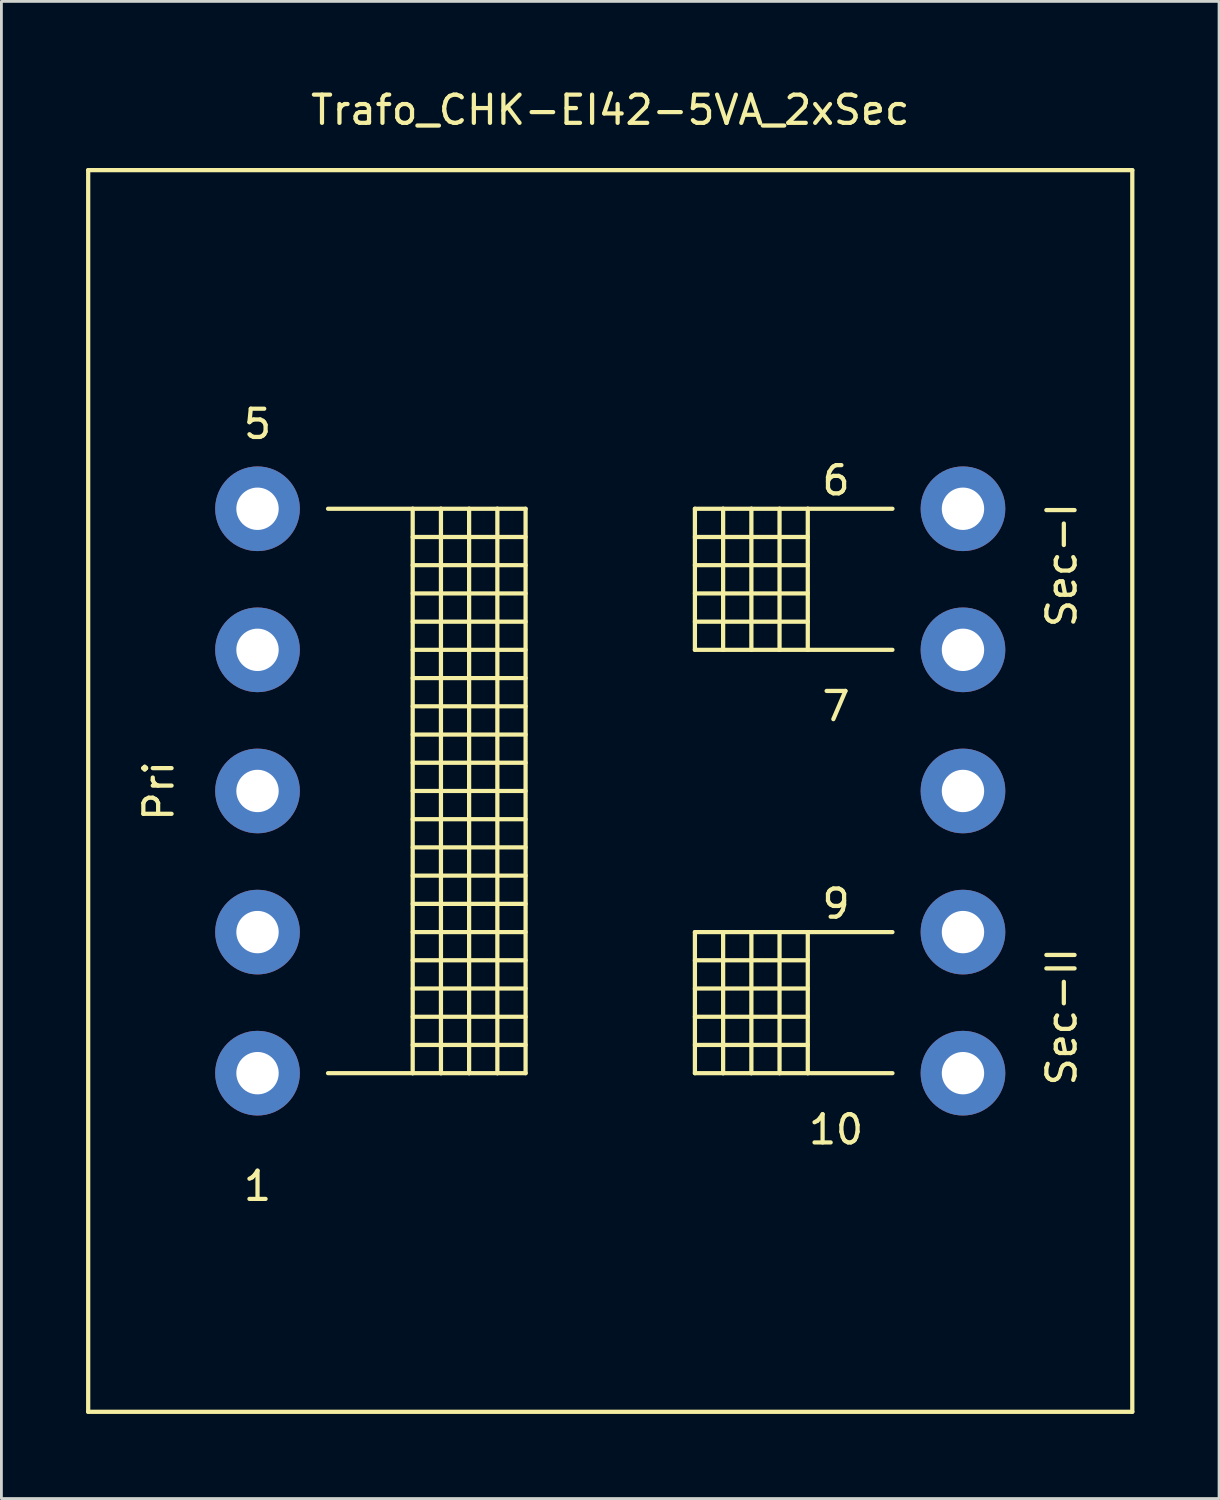
<source format=kicad_pcb>
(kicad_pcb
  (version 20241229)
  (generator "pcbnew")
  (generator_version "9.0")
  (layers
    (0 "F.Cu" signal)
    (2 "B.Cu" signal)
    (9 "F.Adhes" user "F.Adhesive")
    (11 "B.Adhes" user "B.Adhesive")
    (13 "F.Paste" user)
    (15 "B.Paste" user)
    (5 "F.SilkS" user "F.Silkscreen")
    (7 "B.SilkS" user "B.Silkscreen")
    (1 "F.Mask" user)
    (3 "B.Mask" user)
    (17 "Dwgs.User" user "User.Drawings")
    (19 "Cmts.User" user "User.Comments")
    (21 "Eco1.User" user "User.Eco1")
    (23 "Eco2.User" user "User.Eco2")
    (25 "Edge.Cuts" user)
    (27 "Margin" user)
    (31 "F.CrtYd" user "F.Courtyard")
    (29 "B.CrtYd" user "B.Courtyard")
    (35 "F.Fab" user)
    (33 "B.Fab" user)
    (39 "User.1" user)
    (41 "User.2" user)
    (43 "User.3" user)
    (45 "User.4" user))
  (footprint "Trafo_CHK-EI42-5VA_2xSec"
    (layer "F.Cu")
    (at 18.574 24.978)
    (property "Reference" "Trafo_CHK-EI42-5VA_2xSec" (at 0 -24.13 0) (layer "F.SilkS") (effects (font (size 1 1) (thickness 0.15))))
    (attr through_hole)
    (fp_line (start -18.499 -21.999) (end -18.499 21.999) (stroke (width 0.15) (type solid)) (layer "F.SilkS"))
    (fp_line (start -18.499 21.999) (end 18.499 21.999) (stroke (width 0.15) (type solid)) (layer "F.SilkS"))
    (fp_line (start -10 -10) (end -7 -10) (stroke (width 0.15) (type solid)) (layer "F.SilkS"))
    (fp_line (start -7 -10) (end -7 10) (stroke (width 0.15) (type solid)) (layer "F.SilkS"))
    (fp_line (start -7 -10) (end -5.999 -10) (stroke (width 0.15) (type solid)) (layer "F.SilkS"))
    (fp_line (start -7 -8.999) (end -3 -8.999) (stroke (width 0.15) (type solid)) (layer "F.SilkS"))
    (fp_line (start -7 -8.001) (end -3 -8.001) (stroke (width 0.15) (type solid)) (layer "F.SilkS"))
    (fp_line (start -7 -7) (end -3 -7) (stroke (width 0.15) (type solid)) (layer "F.SilkS"))
    (fp_line (start -7 -5.999) (end -3 -5.999) (stroke (width 0.15) (type solid)) (layer "F.SilkS"))
    (fp_line (start -7 -5.001) (end -3 -5.001) (stroke (width 0.15) (type solid)) (layer "F.SilkS"))
    (fp_line (start -7 -4) (end -3 -4) (stroke (width 0.15) (type solid)) (layer "F.SilkS"))
    (fp_line (start -7 -3) (end -3 -3) (stroke (width 0.15) (type solid)) (layer "F.SilkS"))
    (fp_line (start -7 -1.999) (end -3 -1.999) (stroke (width 0.15) (type solid)) (layer "F.SilkS"))
    (fp_line (start -7 -1.001) (end -3 -1.001) (stroke (width 0.15) (type solid)) (layer "F.SilkS"))
    (fp_line (start -7 0) (end -3 0) (stroke (width 0.15) (type solid)) (layer "F.SilkS"))
    (fp_line (start -7 1.001) (end -3 1.001) (stroke (width 0.15) (type solid)) (layer "F.SilkS"))
    (fp_line (start -7 1.999) (end -3 1.999) (stroke (width 0.15) (type solid)) (layer "F.SilkS"))
    (fp_line (start -7 3) (end -3 3) (stroke (width 0.15) (type solid)) (layer "F.SilkS"))
    (fp_line (start -7 4) (end -3 4) (stroke (width 0.15) (type solid)) (layer "F.SilkS"))
    (fp_line (start -7 5.001) (end -3 5.001) (stroke (width 0.15) (type solid)) (layer "F.SilkS"))
    (fp_line (start -7 5.999) (end -3 5.999) (stroke (width 0.15) (type solid)) (layer "F.SilkS"))
    (fp_line (start -7 7) (end -3 7) (stroke (width 0.15) (type solid)) (layer "F.SilkS"))
    (fp_line (start -7 8.001) (end -3 8.001) (stroke (width 0.15) (type solid)) (layer "F.SilkS"))
    (fp_line (start -7 8.999) (end -3 8.999) (stroke (width 0.15) (type solid)) (layer "F.SilkS"))
    (fp_line (start -7 10) (end -10 10) (stroke (width 0.15) (type solid)) (layer "F.SilkS"))
    (fp_line (start -5.999 -10) (end -5.999 10) (stroke (width 0.15) (type solid)) (layer "F.SilkS"))
    (fp_line (start -5.999 -10) (end -5.001 -10) (stroke (width 0.15) (type solid)) (layer "F.SilkS"))
    (fp_line (start -5.999 10) (end -7 10) (stroke (width 0.15) (type solid)) (layer "F.SilkS"))
    (fp_line (start -5.001 -10) (end -5.001 10) (stroke (width 0.15) (type solid)) (layer "F.SilkS"))
    (fp_line (start -5.001 -10) (end -4 -10) (stroke (width 0.15) (type solid)) (layer "F.SilkS"))
    (fp_line (start -5.001 10) (end -5.999 10) (stroke (width 0.15) (type solid)) (layer "F.SilkS"))
    (fp_line (start -4 -10) (end -4 10) (stroke (width 0.15) (type solid)) (layer "F.SilkS"))
    (fp_line (start -4 -10) (end -3 -10) (stroke (width 0.15) (type solid)) (layer "F.SilkS"))
    (fp_line (start -4 10) (end -5.001 10) (stroke (width 0.15) (type solid)) (layer "F.SilkS"))
    (fp_line (start -3 -10) (end -3 10) (stroke (width 0.15) (type solid)) (layer "F.SilkS"))
    (fp_line (start -3 10) (end -4 10) (stroke (width 0.15) (type solid)) (layer "F.SilkS"))
    (fp_line (start 3 -10) (end 3 -5.001) (stroke (width 0.15) (type solid)) (layer "F.SilkS"))
    (fp_line (start 3 -8.999) (end 7 -8.999) (stroke (width 0.15) (type solid)) (layer "F.SilkS"))
    (fp_line (start 3 -7) (end 7 -7) (stroke (width 0.15) (type solid)) (layer "F.SilkS"))
    (fp_line (start 3 -5.001) (end 4 -5.001) (stroke (width 0.15) (type solid)) (layer "F.SilkS"))
    (fp_line (start 3 5.001) (end 3 10) (stroke (width 0.15) (type solid)) (layer "F.SilkS"))
    (fp_line (start 3 5.999) (end 7 5.999) (stroke (width 0.15) (type solid)) (layer "F.SilkS"))
    (fp_line (start 3 7) (end 7 7) (stroke (width 0.15) (type solid)) (layer "F.SilkS"))
    (fp_line (start 3 8.001) (end 7 8.001) (stroke (width 0.15) (type solid)) (layer "F.SilkS"))
    (fp_line (start 3 8.999) (end 7 8.999) (stroke (width 0.15) (type solid)) (layer "F.SilkS"))
    (fp_line (start 3 10) (end 4 10) (stroke (width 0.15) (type solid)) (layer "F.SilkS"))
    (fp_line (start 4 -10) (end 3 -10) (stroke (width 0.15) (type solid)) (layer "F.SilkS"))
    (fp_line (start 4 -10) (end 4 -5.001) (stroke (width 0.15) (type solid)) (layer "F.SilkS"))
    (fp_line (start 4 -5.001) (end 5.001 -5.001) (stroke (width 0.15) (type solid)) (layer "F.SilkS"))
    (fp_line (start 4 5.001) (end 3 5.001) (stroke (width 0.15) (type solid)) (layer "F.SilkS"))
    (fp_line (start 4 5.001) (end 4 10) (stroke (width 0.15) (type solid)) (layer "F.SilkS"))
    (fp_line (start 4 10) (end 5.001 10) (stroke (width 0.15) (type solid)) (layer "F.SilkS"))
    (fp_line (start 5.001 -10) (end 4 -10) (stroke (width 0.15) (type solid)) (layer "F.SilkS"))
    (fp_line (start 5.001 -10) (end 5.001 -5.001) (stroke (width 0.15) (type solid)) (layer "F.SilkS"))
    (fp_line (start 5.001 -5.001) (end 5.999 -5.001) (stroke (width 0.15) (type solid)) (layer "F.SilkS"))
    (fp_line (start 5.001 5.001) (end 4 5.001) (stroke (width 0.15) (type solid)) (layer "F.SilkS"))
    (fp_line (start 5.001 5.001) (end 5.001 10) (stroke (width 0.15) (type solid)) (layer "F.SilkS"))
    (fp_line (start 5.001 10) (end 5.999 10) (stroke (width 0.15) (type solid)) (layer "F.SilkS"))
    (fp_line (start 5.999 -10) (end 5.001 -10) (stroke (width 0.15) (type solid)) (layer "F.SilkS"))
    (fp_line (start 5.999 -10) (end 5.999 -5.001) (stroke (width 0.15) (type solid)) (layer "F.SilkS"))
    (fp_line (start 5.999 -5.001) (end 7 -5.001) (stroke (width 0.15) (type solid)) (layer "F.SilkS"))
    (fp_line (start 5.999 5.001) (end 5.001 5.001) (stroke (width 0.15) (type solid)) (layer "F.SilkS"))
    (fp_line (start 5.999 5.001) (end 5.999 10) (stroke (width 0.15) (type solid)) (layer "F.SilkS"))
    (fp_line (start 5.999 10) (end 7 10) (stroke (width 0.15) (type solid)) (layer "F.SilkS"))
    (fp_line (start 7 -10) (end 5.999 -10) (stroke (width 0.15) (type solid)) (layer "F.SilkS"))
    (fp_line (start 7 -10) (end 7 -5.001) (stroke (width 0.15) (type solid)) (layer "F.SilkS"))
    (fp_line (start 7 -8.001) (end 3 -8.001) (stroke (width 0.15) (type solid)) (layer "F.SilkS"))
    (fp_line (start 7 -5.999) (end 3 -5.999) (stroke (width 0.15) (type solid)) (layer "F.SilkS"))
    (fp_line (start 7 -5.001) (end 10 -5.001) (stroke (width 0.15) (type solid)) (layer "F.SilkS"))
    (fp_line (start 7 5.001) (end 5.999 5.001) (stroke (width 0.15) (type solid)) (layer "F.SilkS"))
    (fp_line (start 7 5.001) (end 7 10) (stroke (width 0.15) (type solid)) (layer "F.SilkS"))
    (fp_line (start 7 10) (end 10 10) (stroke (width 0.15) (type solid)) (layer "F.SilkS"))
    (fp_line (start 10 -10) (end 7 -10) (stroke (width 0.15) (type solid)) (layer "F.SilkS"))
    (fp_line (start 10 5.001) (end 7 5.001) (stroke (width 0.15) (type solid)) (layer "F.SilkS"))
    (fp_line (start 18.499 -21.999) (end -18.499 -21.999) (stroke (width 0.15) (type solid)) (layer "F.SilkS"))
    (fp_line (start 18.499 21.999) (end 18.499 -21.999) (stroke (width 0.15) (type solid)) (layer "F.SilkS"))
    (fp_text user "9" (at 8.001 4 0) (layer "F.SilkS") (effects (font (size 1 1) (thickness 0.15))))
    (fp_text user "1" (at -12.499 14 0) (layer "F.SilkS") (effects (font (size 1 1) (thickness 0.15))))
    (fp_text user "Pri" (at -15.999 0 90) (layer "F.SilkS") (effects (font (size 1 1) (thickness 0.15))))
    (fp_text user "Sec-II" (at 15.999 8.001 90) (layer "F.SilkS") (effects (font (size 1 1) (thickness 0.15))))
    (fp_text user "10" (at 8.001 11.999 0) (layer "F.SilkS") (effects (font (size 1 1) (thickness 0.15))))
    (fp_text user "5" (at -12.499 -13 0) (layer "F.SilkS") (effects (font (size 1 1) (thickness 0.15))))
    (fp_text user "6" (at 8.001 -11.001 0) (layer "F.SilkS") (effects (font (size 1 1) (thickness 0.15))))
    (fp_text user "7" (at 8.001 -3 0) (layer "F.SilkS") (effects (font (size 1 1) (thickness 0.15))))
    (fp_text user "Sec-I" (at 15.999 -8.001 90) (layer "F.SilkS") (effects (font (size 1 1) (thickness 0.15))))
    (pad "1" thru_hole circle (at -12.499 10) (size 3 3) (drill 1.501) (layers "*.Cu" "*.Mask"))
    (pad "2" thru_hole circle (at -12.499 5.001) (size 3 3) (drill 1.501) (layers "*.Cu" "*.Mask"))
    (pad "3" thru_hole circle (at -12.499 0) (size 3 3) (drill 1.501) (layers "*.Cu" "*.Mask"))
    (pad "4" thru_hole circle (at -12.499 -5.001) (size 3 3) (drill 1.501) (layers "*.Cu" "*.Mask"))
    (pad "5" thru_hole circle (at -12.499 -10) (size 3 3) (drill 1.501) (layers "*.Cu" "*.Mask"))
    (pad "6" thru_hole circle (at 12.499 -10) (size 3 3) (drill 1.501) (layers "*.Cu" "*.Mask"))
    (pad "7" thru_hole circle (at 12.499 -5.001) (size 3 3) (drill 1.501) (layers "*.Cu" "*.Mask"))
    (pad "8" thru_hole circle (at 12.499 0) (size 3 3) (drill 1.501) (layers "*.Cu" "*.Mask"))
    (pad "9" thru_hole circle (at 12.499 5.001) (size 3 3) (drill 1.501) (layers "*.Cu" "*.Mask"))
    (pad "10" thru_hole circle (at 12.499 10) (size 3 3) (drill 1.501) (layers "*.Cu" "*.Mask")))
  (gr_rect
    (start -3 -3)
    (end 40.148 50.052)
    (stroke (width 0.1) (type default))
    (fill no)
    (layer "Edge.Cuts")))
</source>
